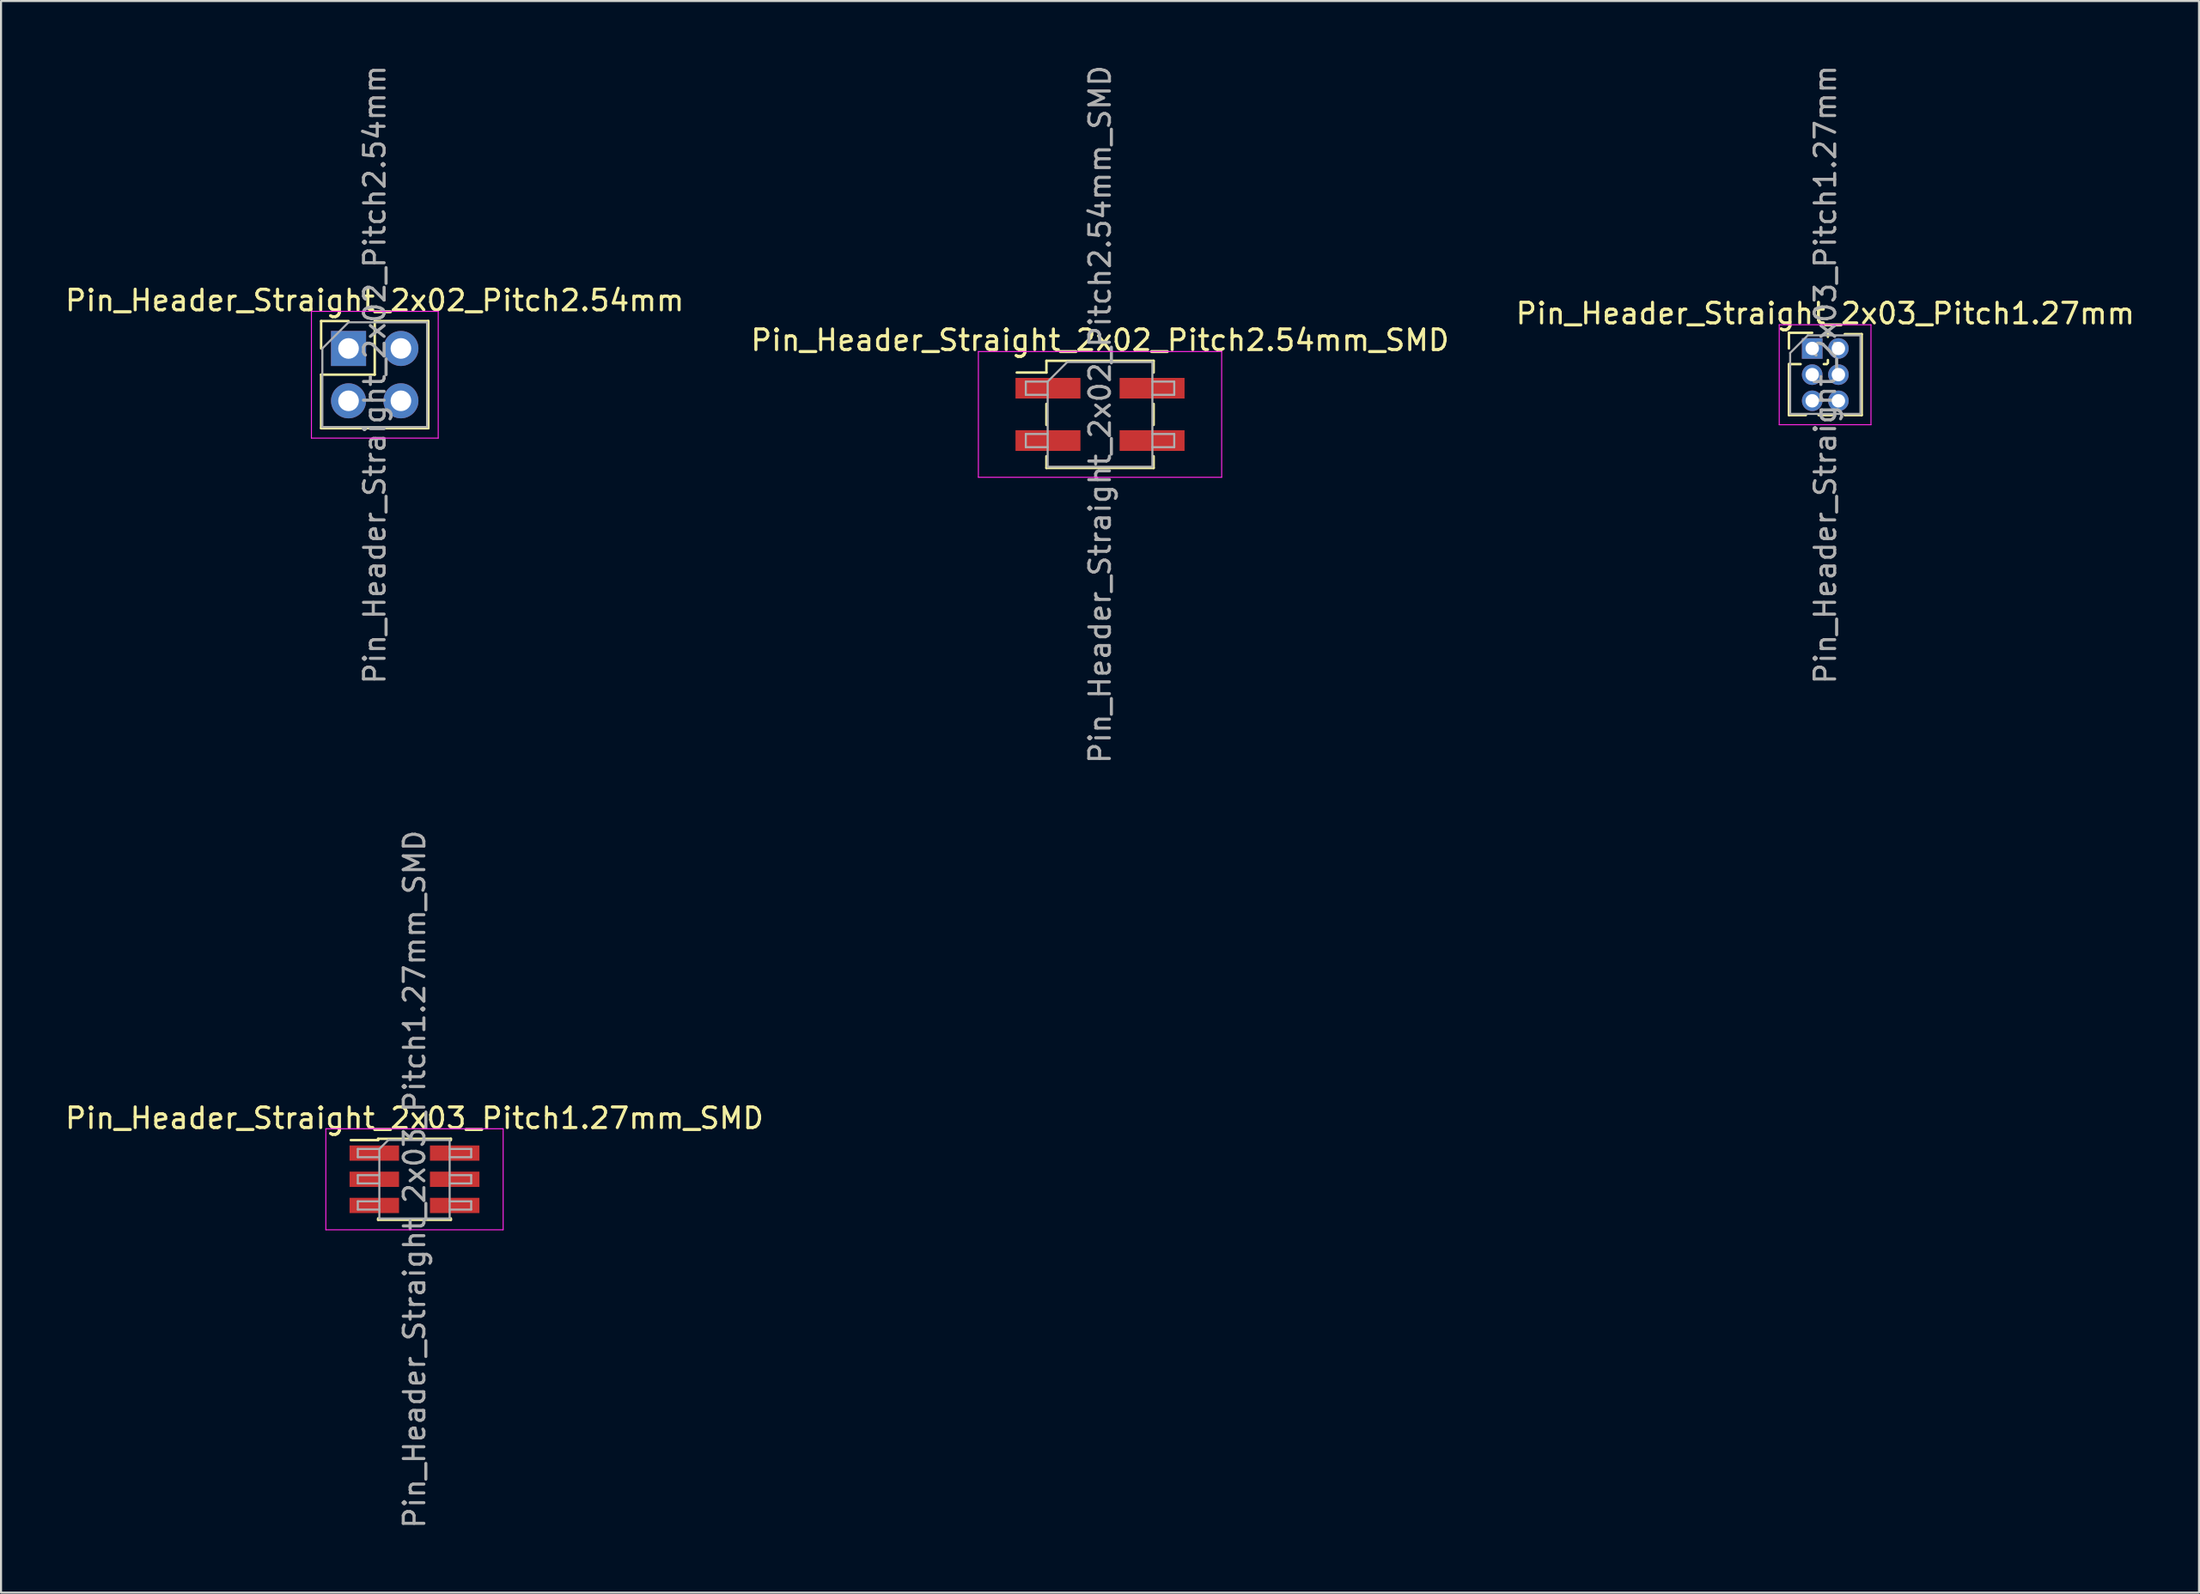
<source format=kicad_pcb>
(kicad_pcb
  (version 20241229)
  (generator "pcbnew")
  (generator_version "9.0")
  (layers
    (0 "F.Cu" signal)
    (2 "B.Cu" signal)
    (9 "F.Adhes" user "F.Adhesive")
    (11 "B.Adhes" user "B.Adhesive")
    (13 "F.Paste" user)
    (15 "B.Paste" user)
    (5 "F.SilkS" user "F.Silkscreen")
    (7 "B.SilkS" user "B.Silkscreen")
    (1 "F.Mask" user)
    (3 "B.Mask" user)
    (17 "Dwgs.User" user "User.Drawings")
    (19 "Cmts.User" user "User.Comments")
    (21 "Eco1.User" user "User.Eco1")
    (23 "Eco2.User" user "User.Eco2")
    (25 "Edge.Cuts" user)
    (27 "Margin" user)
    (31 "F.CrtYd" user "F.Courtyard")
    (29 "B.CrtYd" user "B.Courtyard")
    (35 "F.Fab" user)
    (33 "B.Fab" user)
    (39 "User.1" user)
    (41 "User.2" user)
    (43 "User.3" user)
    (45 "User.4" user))
  (footprint "Pin_Header_Straight_2x03_Pitch1.27mm_SMD"
    (layer "F.Cu")
    (at 17.054 54.161)
    (property "Reference" "Pin_Header_Straight_2x03_Pitch1.27mm_SMD" (at 0 -2.965 0) (layer "F.SilkS") (effects (font (size 1 1) (thickness 0.15))))
    (attr smd)
    (fp_line (start -3.09 -1.9) (end -1.765 -1.9) (stroke (width 0.12) (type solid)) (layer "F.SilkS"))
    (fp_line (start -1.765 -1.965) (end -1.765 -1.9) (stroke (width 0.12) (type solid)) (layer "F.SilkS"))
    (fp_line (start -1.765 -1.965) (end 1.765 -1.965) (stroke (width 0.12) (type solid)) (layer "F.SilkS"))
    (fp_line (start -1.765 1.9) (end -1.765 1.965) (stroke (width 0.12) (type solid)) (layer "F.SilkS"))
    (fp_line (start -1.765 1.965) (end 1.765 1.965) (stroke (width 0.12) (type solid)) (layer "F.SilkS"))
    (fp_line (start 1.765 -1.965) (end 1.765 -1.9) (stroke (width 0.12) (type solid)) (layer "F.SilkS"))
    (fp_line (start 1.765 1.9) (end 1.765 1.965) (stroke (width 0.12) (type solid)) (layer "F.SilkS"))
    (fp_line (start -4.3 -2.45) (end -4.3 2.45) (stroke (width 0.05) (type solid)) (layer "F.CrtYd"))
    (fp_line (start -4.3 2.45) (end 4.3 2.45) (stroke (width 0.05) (type solid)) (layer "F.CrtYd"))
    (fp_line (start 4.3 -2.45) (end -4.3 -2.45) (stroke (width 0.05) (type solid)) (layer "F.CrtYd"))
    (fp_line (start 4.3 2.45) (end 4.3 -2.45) (stroke (width 0.05) (type solid)) (layer "F.CrtYd"))
    (fp_line (start -2.75 -1.47) (end -2.75 -1.07) (stroke (width 0.1) (type solid)) (layer "F.Fab"))
    (fp_line (start -2.75 -1.07) (end -1.705 -1.07) (stroke (width 0.1) (type solid)) (layer "F.Fab"))
    (fp_line (start -2.75 -0.2) (end -2.75 0.2) (stroke (width 0.1) (type solid)) (layer "F.Fab"))
    (fp_line (start -2.75 0.2) (end -1.705 0.2) (stroke (width 0.1) (type solid)) (layer "F.Fab"))
    (fp_line (start -2.75 1.07) (end -2.75 1.47) (stroke (width 0.1) (type solid)) (layer "F.Fab"))
    (fp_line (start -2.75 1.47) (end -1.705 1.47) (stroke (width 0.1) (type solid)) (layer "F.Fab"))
    (fp_line (start -1.705 -1.47) (end -2.75 -1.47) (stroke (width 0.1) (type solid)) (layer "F.Fab"))
    (fp_line (start -1.705 -1.47) (end -1.27 -1.905) (stroke (width 0.1) (type solid)) (layer "F.Fab"))
    (fp_line (start -1.705 -0.2) (end -2.75 -0.2) (stroke (width 0.1) (type solid)) (layer "F.Fab"))
    (fp_line (start -1.705 1.07) (end -2.75 1.07) (stroke (width 0.1) (type solid)) (layer "F.Fab"))
    (fp_line (start -1.705 1.905) (end -1.705 -1.47) (stroke (width 0.1) (type solid)) (layer "F.Fab"))
    (fp_line (start -1.27 -1.905) (end 1.705 -1.905) (stroke (width 0.1) (type solid)) (layer "F.Fab"))
    (fp_line (start 1.705 -1.905) (end 1.705 1.905) (stroke (width 0.1) (type solid)) (layer "F.Fab"))
    (fp_line (start 1.705 -1.47) (end 2.75 -1.47) (stroke (width 0.1) (type solid)) (layer "F.Fab"))
    (fp_line (start 1.705 -0.2) (end 2.75 -0.2) (stroke (width 0.1) (type solid)) (layer "F.Fab"))
    (fp_line (start 1.705 1.07) (end 2.75 1.07) (stroke (width 0.1) (type solid)) (layer "F.Fab"))
    (fp_line (start 1.705 1.905) (end -1.705 1.905) (stroke (width 0.1) (type solid)) (layer "F.Fab"))
    (fp_line (start 2.75 -1.47) (end 2.75 -1.07) (stroke (width 0.1) (type solid)) (layer "F.Fab"))
    (fp_line (start 2.75 -1.07) (end 1.705 -1.07) (stroke (width 0.1) (type solid)) (layer "F.Fab"))
    (fp_line (start 2.75 -0.2) (end 2.75 0.2) (stroke (width 0.1) (type solid)) (layer "F.Fab"))
    (fp_line (start 2.75 0.2) (end 1.705 0.2) (stroke (width 0.1) (type solid)) (layer "F.Fab"))
    (fp_line (start 2.75 1.07) (end 2.75 1.47) (stroke (width 0.1) (type solid)) (layer "F.Fab"))
    (fp_line (start 2.75 1.47) (end 1.705 1.47) (stroke (width 0.1) (type solid)) (layer "F.Fab"))
    (fp_text user "${REFERENCE}" (at 0 0 90) (layer "F.Fab") (effects (font (size 1 1) (thickness 0.15))))
    (pad "1" smd rect (at -1.95 -1.27) (size 2.4 0.74) (layers "F.Cu" "F.Mask" "F.Paste"))
    (pad "2" smd rect (at 1.95 -1.27) (size 2.4 0.74) (layers "F.Cu" "F.Mask" "F.Paste"))
    (pad "3" smd rect (at -1.95 0) (size 2.4 0.74) (layers "F.Cu" "F.Mask" "F.Paste"))
    (pad "4" smd rect (at 1.95 0) (size 2.4 0.74) (layers "F.Cu" "F.Mask" "F.Paste"))
    (pad "5" smd rect (at -1.95 1.27) (size 2.4 0.74) (layers "F.Cu" "F.Mask" "F.Paste"))
    (pad "6" smd rect (at 1.95 1.27) (size 2.4 0.74) (layers "F.Cu" "F.Mask" "F.Paste")))
  (footprint "Pin_Header_Straight_2x02_Pitch2.54mm_SMD"
    (layer "F.Cu")
    (at 50.304 17.054)
    (property "Reference" "Pin_Header_Straight_2x02_Pitch2.54mm_SMD" (at 0 -3.6 0) (layer "F.SilkS") (effects (font (size 1 1) (thickness 0.15))))
    (attr smd)
    (fp_line (start -4.04 -2.03) (end -2.6 -2.03) (stroke (width 0.12) (type solid)) (layer "F.SilkS"))
    (fp_line (start -2.6 -2.6) (end -2.6 -2.03) (stroke (width 0.12) (type solid)) (layer "F.SilkS"))
    (fp_line (start -2.6 -2.6) (end 2.6 -2.6) (stroke (width 0.12) (type solid)) (layer "F.SilkS"))
    (fp_line (start -2.6 -0.51) (end -2.6 0.51) (stroke (width 0.12) (type solid)) (layer "F.SilkS"))
    (fp_line (start -2.6 2.03) (end -2.6 2.6) (stroke (width 0.12) (type solid)) (layer "F.SilkS"))
    (fp_line (start -2.6 2.6) (end 2.6 2.6) (stroke (width 0.12) (type solid)) (layer "F.SilkS"))
    (fp_line (start 2.6 -2.6) (end 2.6 -2.03) (stroke (width 0.12) (type solid)) (layer "F.SilkS"))
    (fp_line (start 2.6 -0.51) (end 2.6 0.51) (stroke (width 0.12) (type solid)) (layer "F.SilkS"))
    (fp_line (start 2.6 2.03) (end 2.6 2.6) (stroke (width 0.12) (type solid)) (layer "F.SilkS"))
    (fp_line (start -5.9 -3.05) (end -5.9 3.05) (stroke (width 0.05) (type solid)) (layer "F.CrtYd"))
    (fp_line (start -5.9 3.05) (end 5.9 3.05) (stroke (width 0.05) (type solid)) (layer "F.CrtYd"))
    (fp_line (start 5.9 -3.05) (end -5.9 -3.05) (stroke (width 0.05) (type solid)) (layer "F.CrtYd"))
    (fp_line (start 5.9 3.05) (end 5.9 -3.05) (stroke (width 0.05) (type solid)) (layer "F.CrtYd"))
    (fp_line (start -3.6 -1.59) (end -3.6 -0.95) (stroke (width 0.1) (type solid)) (layer "F.Fab"))
    (fp_line (start -3.6 -0.95) (end -2.54 -0.95) (stroke (width 0.1) (type solid)) (layer "F.Fab"))
    (fp_line (start -3.6 0.95) (end -3.6 1.59) (stroke (width 0.1) (type solid)) (layer "F.Fab"))
    (fp_line (start -3.6 1.59) (end -2.54 1.59) (stroke (width 0.1) (type solid)) (layer "F.Fab"))
    (fp_line (start -2.54 -1.59) (end -3.6 -1.59) (stroke (width 0.1) (type solid)) (layer "F.Fab"))
    (fp_line (start -2.54 -1.59) (end -1.59 -2.54) (stroke (width 0.1) (type solid)) (layer "F.Fab"))
    (fp_line (start -2.54 0.95) (end -3.6 0.95) (stroke (width 0.1) (type solid)) (layer "F.Fab"))
    (fp_line (start -2.54 2.54) (end -2.54 -1.59) (stroke (width 0.1) (type solid)) (layer "F.Fab"))
    (fp_line (start -1.59 -2.54) (end 2.54 -2.54) (stroke (width 0.1) (type solid)) (layer "F.Fab"))
    (fp_line (start 2.54 -2.54) (end 2.54 2.54) (stroke (width 0.1) (type solid)) (layer "F.Fab"))
    (fp_line (start 2.54 -1.59) (end 3.6 -1.59) (stroke (width 0.1) (type solid)) (layer "F.Fab"))
    (fp_line (start 2.54 0.95) (end 3.6 0.95) (stroke (width 0.1) (type solid)) (layer "F.Fab"))
    (fp_line (start 2.54 2.54) (end -2.54 2.54) (stroke (width 0.1) (type solid)) (layer "F.Fab"))
    (fp_line (start 3.6 -1.59) (end 3.6 -0.95) (stroke (width 0.1) (type solid)) (layer "F.Fab"))
    (fp_line (start 3.6 -0.95) (end 2.54 -0.95) (stroke (width 0.1) (type solid)) (layer "F.Fab"))
    (fp_line (start 3.6 0.95) (end 3.6 1.59) (stroke (width 0.1) (type solid)) (layer "F.Fab"))
    (fp_line (start 3.6 1.59) (end 2.54 1.59) (stroke (width 0.1) (type solid)) (layer "F.Fab"))
    (fp_text user "${REFERENCE}" (at 0 0 90) (layer "F.Fab") (effects (font (size 1 1) (thickness 0.15))))
    (pad "1" smd rect (at -2.525 -1.27) (size 3.15 1) (layers "F.Cu" "F.Mask" "F.Paste"))
    (pad "2" smd rect (at 2.525 -1.27) (size 3.15 1) (layers "F.Cu" "F.Mask" "F.Paste"))
    (pad "3" smd rect (at -2.525 1.27) (size 3.15 1) (layers "F.Cu" "F.Mask" "F.Paste"))
    (pad "4" smd rect (at 2.525 1.27) (size 3.15 1) (layers "F.Cu" "F.Mask" "F.Paste")))
  (footprint "Pin_Header_Straight_2x03_Pitch1.27mm"
    (layer "F.Cu")
    (at 84.847 13.855)
    (property "Reference" "Pin_Header_Straight_2x03_Pitch1.27mm" (at 0.635 -1.695 0) (layer "F.SilkS") (effects (font (size 1 1) (thickness 0.15))))
    (attr through_hole)
    (fp_line (start -1.13 -0.76) (end 0 -0.76) (stroke (width 0.12) (type solid)) (layer "F.SilkS"))
    (fp_line (start -1.13 0) (end -1.13 -0.76) (stroke (width 0.12) (type solid)) (layer "F.SilkS"))
    (fp_line (start -1.13 0.76) (end -1.13 3.235) (stroke (width 0.12) (type solid)) (layer "F.SilkS"))
    (fp_line (start -1.13 0.76) (end -0.563 0.76) (stroke (width 0.12) (type solid)) (layer "F.SilkS"))
    (fp_line (start -1.13 3.235) (end -0.308 3.235) (stroke (width 0.12) (type solid)) (layer "F.SilkS"))
    (fp_line (start 0.308 3.235) (end 0.962 3.235) (stroke (width 0.12) (type solid)) (layer "F.SilkS"))
    (fp_line (start 0.563 0.76) (end 0.707 0.76) (stroke (width 0.12) (type solid)) (layer "F.SilkS"))
    (fp_line (start 0.76 -0.695) (end 0.962 -0.695) (stroke (width 0.12) (type solid)) (layer "F.SilkS"))
    (fp_line (start 0.76 -0.563) (end 0.76 -0.695) (stroke (width 0.12) (type solid)) (layer "F.SilkS"))
    (fp_line (start 0.76 0.707) (end 0.76 0.563) (stroke (width 0.12) (type solid)) (layer "F.SilkS"))
    (fp_line (start 1.578 -0.695) (end 2.4 -0.695) (stroke (width 0.12) (type solid)) (layer "F.SilkS"))
    (fp_line (start 1.578 3.235) (end 2.4 3.235) (stroke (width 0.12) (type solid)) (layer "F.SilkS"))
    (fp_line (start 2.4 -0.695) (end 2.4 3.235) (stroke (width 0.12) (type solid)) (layer "F.SilkS"))
    (fp_line (start -1.6 -1.15) (end -1.6 3.7) (stroke (width 0.05) (type solid)) (layer "F.CrtYd"))
    (fp_line (start -1.6 3.7) (end 2.85 3.7) (stroke (width 0.05) (type solid)) (layer "F.CrtYd"))
    (fp_line (start 2.85 -1.15) (end -1.6 -1.15) (stroke (width 0.05) (type solid)) (layer "F.CrtYd"))
    (fp_line (start 2.85 3.7) (end 2.85 -1.15) (stroke (width 0.05) (type solid)) (layer "F.CrtYd"))
    (fp_line (start -1.07 0.217) (end -0.217 -0.635) (stroke (width 0.1) (type solid)) (layer "F.Fab"))
    (fp_line (start -1.07 3.175) (end -1.07 0.217) (stroke (width 0.1) (type solid)) (layer "F.Fab"))
    (fp_line (start -0.217 -0.635) (end 2.34 -0.635) (stroke (width 0.1) (type solid)) (layer "F.Fab"))
    (fp_line (start 2.34 -0.635) (end 2.34 3.175) (stroke (width 0.1) (type solid)) (layer "F.Fab"))
    (fp_line (start 2.34 3.175) (end -1.07 3.175) (stroke (width 0.1) (type solid)) (layer "F.Fab"))
    (fp_text user "${REFERENCE}" (at 0.635 1.27 90) (layer "F.Fab") (effects (font (size 1 1) (thickness 0.15))))
    (pad "1" thru_hole rect (at 0 0) (size 1 1) (drill 0.65) (layers "*.Cu" "*.Mask"))
    (pad "2" thru_hole oval (at 1.27 0) (size 1 1) (drill 0.65) (layers "*.Cu" "*.Mask"))
    (pad "3" thru_hole oval (at 0 1.27) (size 1 1) (drill 0.65) (layers "*.Cu" "*.Mask"))
    (pad "4" thru_hole oval (at 1.27 1.27) (size 1 1) (drill 0.65) (layers "*.Cu" "*.Mask"))
    (pad "5" thru_hole oval (at 0 2.54) (size 1 1) (drill 0.65) (layers "*.Cu" "*.Mask"))
    (pad "6" thru_hole oval (at 1.27 2.54) (size 1 1) (drill 0.65) (layers "*.Cu" "*.Mask")))
  (footprint "Pin_Header_Straight_2x02_Pitch2.54mm"
    (layer "F.Cu")
    (at 13.855 13.855)
    (property "Reference" "Pin_Header_Straight_2x02_Pitch2.54mm" (at 1.27 -2.33 0) (layer "F.SilkS") (effects (font (size 1 1) (thickness 0.15))))
    (attr through_hole)
    (fp_line (start -1.33 -1.33) (end 0 -1.33) (stroke (width 0.12) (type solid)) (layer "F.SilkS"))
    (fp_line (start -1.33 0) (end -1.33 -1.33) (stroke (width 0.12) (type solid)) (layer "F.SilkS"))
    (fp_line (start -1.33 1.27) (end -1.33 3.87) (stroke (width 0.12) (type solid)) (layer "F.SilkS"))
    (fp_line (start -1.33 1.27) (end 1.27 1.27) (stroke (width 0.12) (type solid)) (layer "F.SilkS"))
    (fp_line (start -1.33 3.87) (end 3.87 3.87) (stroke (width 0.12) (type solid)) (layer "F.SilkS"))
    (fp_line (start 1.27 -1.33) (end 3.87 -1.33) (stroke (width 0.12) (type solid)) (layer "F.SilkS"))
    (fp_line (start 1.27 1.27) (end 1.27 -1.33) (stroke (width 0.12) (type solid)) (layer "F.SilkS"))
    (fp_line (start 3.87 -1.33) (end 3.87 3.87) (stroke (width 0.12) (type solid)) (layer "F.SilkS"))
    (fp_line (start -1.8 -1.8) (end -1.8 4.35) (stroke (width 0.05) (type solid)) (layer "F.CrtYd"))
    (fp_line (start -1.8 4.35) (end 4.35 4.35) (stroke (width 0.05) (type solid)) (layer "F.CrtYd"))
    (fp_line (start 4.35 -1.8) (end -1.8 -1.8) (stroke (width 0.05) (type solid)) (layer "F.CrtYd"))
    (fp_line (start 4.35 4.35) (end 4.35 -1.8) (stroke (width 0.05) (type solid)) (layer "F.CrtYd"))
    (fp_line (start -1.27 0) (end 0 -1.27) (stroke (width 0.1) (type solid)) (layer "F.Fab"))
    (fp_line (start -1.27 3.81) (end -1.27 0) (stroke (width 0.1) (type solid)) (layer "F.Fab"))
    (fp_line (start 0 -1.27) (end 3.81 -1.27) (stroke (width 0.1) (type solid)) (layer "F.Fab"))
    (fp_line (start 3.81 -1.27) (end 3.81 3.81) (stroke (width 0.1) (type solid)) (layer "F.Fab"))
    (fp_line (start 3.81 3.81) (end -1.27 3.81) (stroke (width 0.1) (type solid)) (layer "F.Fab"))
    (fp_text user "${REFERENCE}" (at 1.27 1.27 90) (layer "F.Fab") (effects (font (size 1 1) (thickness 0.15))))
    (pad "1" thru_hole rect (at 0 0) (size 1.7 1.7) (drill 1) (layers "*.Cu" "*.Mask"))
    (pad "2" thru_hole oval (at 2.54 0) (size 1.7 1.7) (drill 1) (layers "*.Cu" "*.Mask"))
    (pad "3" thru_hole oval (at 0 2.54) (size 1.7 1.7) (drill 1) (layers "*.Cu" "*.Mask"))
    (pad "4" thru_hole oval (at 2.54 2.54) (size 1.7 1.7) (drill 1) (layers "*.Cu" "*.Mask")))
  (gr_rect
    (start -3 -3)
    (end 103.607 74.214)
    (stroke (width 0.1) (type default))
    (fill no)
    (layer "Edge.Cuts")))
</source>
